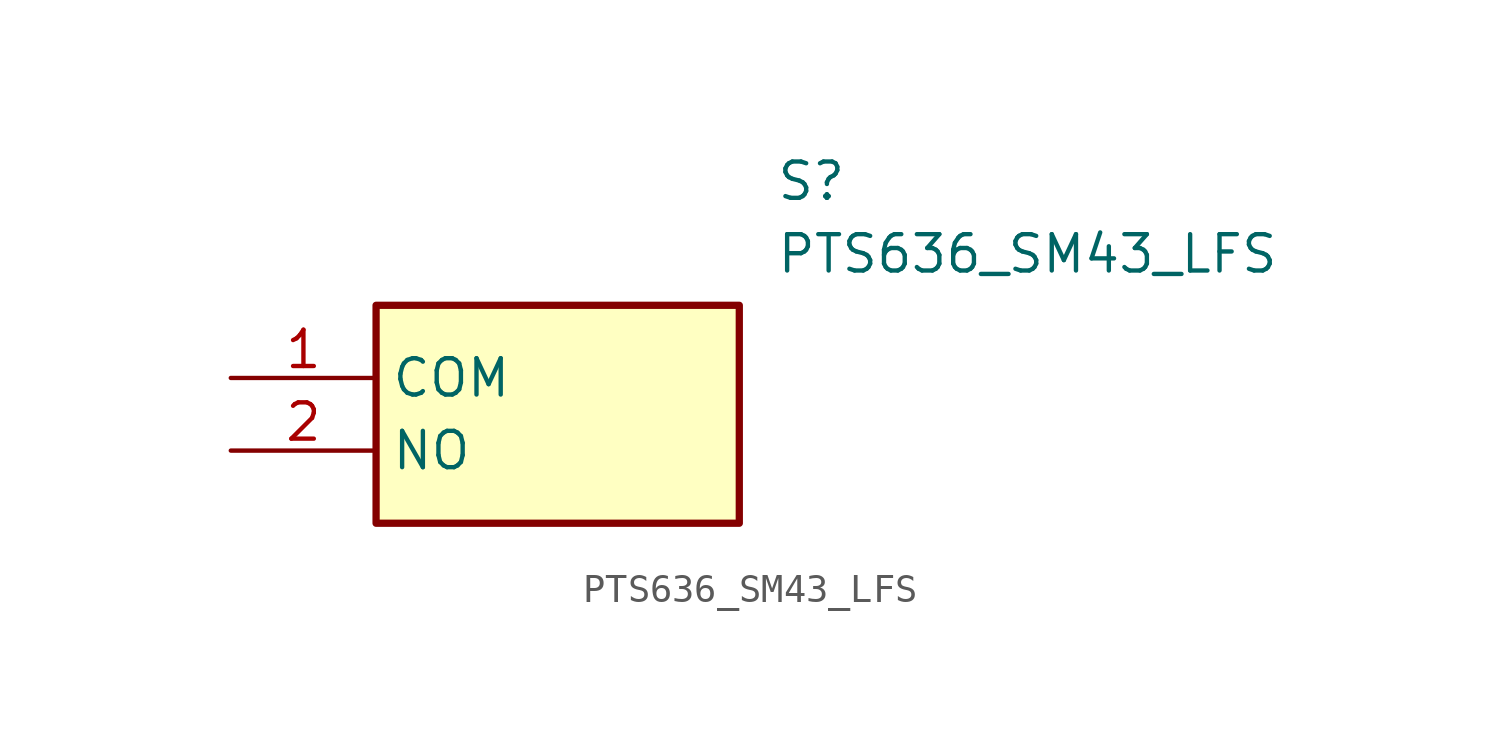
<source format=kicad_sym>
(kicad_symbol_lib
  (version 20211014)
  (generator SamacSys_ECAD_Model)
  (symbol "PTS636_SM43_LFS"
    (property "Reference" "S"
      (at 19.05 7.62 0)
      (effects (font (size 1.27 1.27)) (justify left top)))
    (property "Value" "PTS636_SM43_LFS"
      (at 19.05 5.08 0)
      (effects (font (size 1.27 1.27)) (justify left top)))
    (rectangle
      (start 5.08 2.54)
      (end 17.78 -5.08)
      (stroke (width 0.254) (type default))
      (fill (type background)))
    (pin passive line
      (at 0 0 0)
      (length 5.08)
      (name "COM" (effects (font (size 1.27 1.27))))
      (number "1" (effects (font (size 1.27 1.27)))))
    (pin passive line
      (at 0 -2.54 0)
      (length 5.08)
      (name "NO" (effects (font (size 1.27 1.27))))
      (number "2" (effects (font (size 1.27 1.27)))))))
</source>
